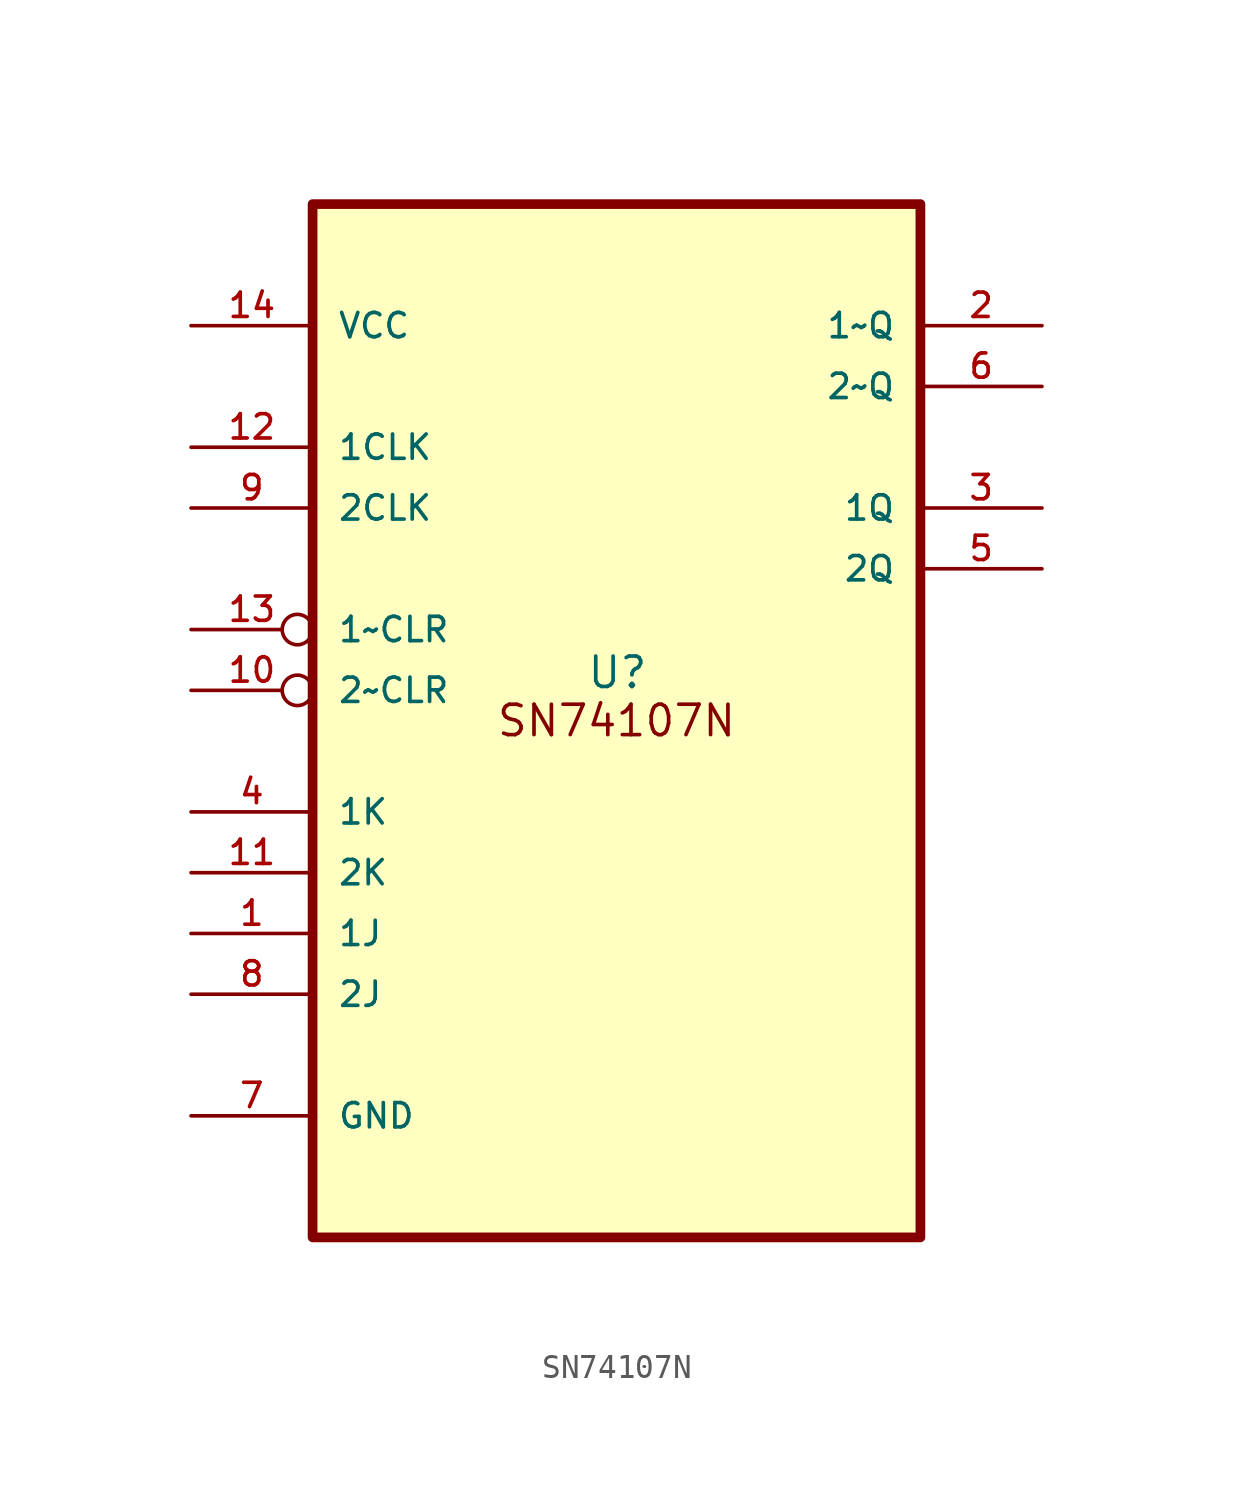
<source format=kicad_sym>
(kicad_symbol_lib
  (version 20220914)
  (generator kicad_symbol_editor)
  (symbol "SN74107N"
    (pin_names
      (offset 1.016))
    (property "Reference" "U"
      (at -1.27 -2.54 0)
      (effects (font (size 1.27 1.27)) (justify left bottom)))
    (symbol "SN74107N_0_0"
      (rectangle (start -12.7 17.78) (end 12.7 -25.4) (stroke (width 0.406) (type default)) (fill (type background)))
      (pin input line (at -17.78 -12.7 0) (length 5.08) (name "1J" (effects (font (size 1.016 1.016)))) (number "1" (effects (font (size 1.016 1.016)))))
      (pin input line (at -17.78 -10.16 0) (length 5.08) (name "2K" (effects (font (size 1.016 1.016)))) (number "11" (effects (font (size 1.016 1.016)))))
      (pin input line (at -17.78 7.62 0) (length 5.08) (name "1CLK" (effects (font (size 1.016 1.016)))) (number "12" (effects (font (size 1.016 1.016)))))
      (pin power_in line (at -17.78 12.7 0) (length 5.08) (name "VCC" (effects (font (size 1.016 1.016)))) (number "14" (effects (font (size 1.016 1.016)))))
      (pin output line (at 17.78 12.7 180) (length 5.08) (name "1~Q" (effects (font (size 1.016 1.016)))) (number "2" (effects (font (size 1.016 1.016)))))
      (pin output line (at 17.78 5.08 180) (length 5.08) (name "1Q" (effects (font (size 1.016 1.016)))) (number "3" (effects (font (size 1.016 1.016)))))
      (pin input line (at -17.78 -7.62 0) (length 5.08) (name "1K" (effects (font (size 1.016 1.016)))) (number "4" (effects (font (size 1.016 1.016)))))
      (pin output line (at 17.78 2.54 180) (length 5.08) (name "2Q" (effects (font (size 1.016 1.016)))) (number "5" (effects (font (size 1.016 1.016)))))
      (pin output line (at 17.78 10.16 180) (length 5.08) (name "2~Q" (effects (font (size 1.016 1.016)))) (number "6" (effects (font (size 1.016 1.016)))))
      (pin passive line (at -17.78 -20.32 0) (length 5.08) (name "GND" (effects (font (size 1.016 1.016)))) (number "7" (effects (font (size 1.016 1.016)))))
      (pin input line (at -17.78 -15.24 0) (length 5.08) (name "2J" (effects (font (size 1.016 1.016)))) (number "8" (effects (font (size 1.016 1.016)))))
      (pin input line (at -17.78 5.08 0) (length 5.08) (name "2CLK" (effects (font (size 1.016 1.016)))) (number "9" (effects (font (size 1.016 1.016))))))
    (symbol "SN74107N_1_0"
      (pin input inverted (at -17.78 -2.54 0) (length 5.08) (name "2~CLR" (effects (font (size 1.016 1.016)))) (number "10" (effects (font (size 1.016 1.016)))))
      (pin input inverted (at -17.78 0 0) (length 5.08) (name "1~CLR" (effects (font (size 1.016 1.016)))) (number "13" (effects (font (size 1.016 1.016))))))
    (symbol "SN74107N_1_1"
      (text "SN74107N\n" (at 0 -3.81 0) (effects (font (size 1.27 1.27)))))))
</source>
